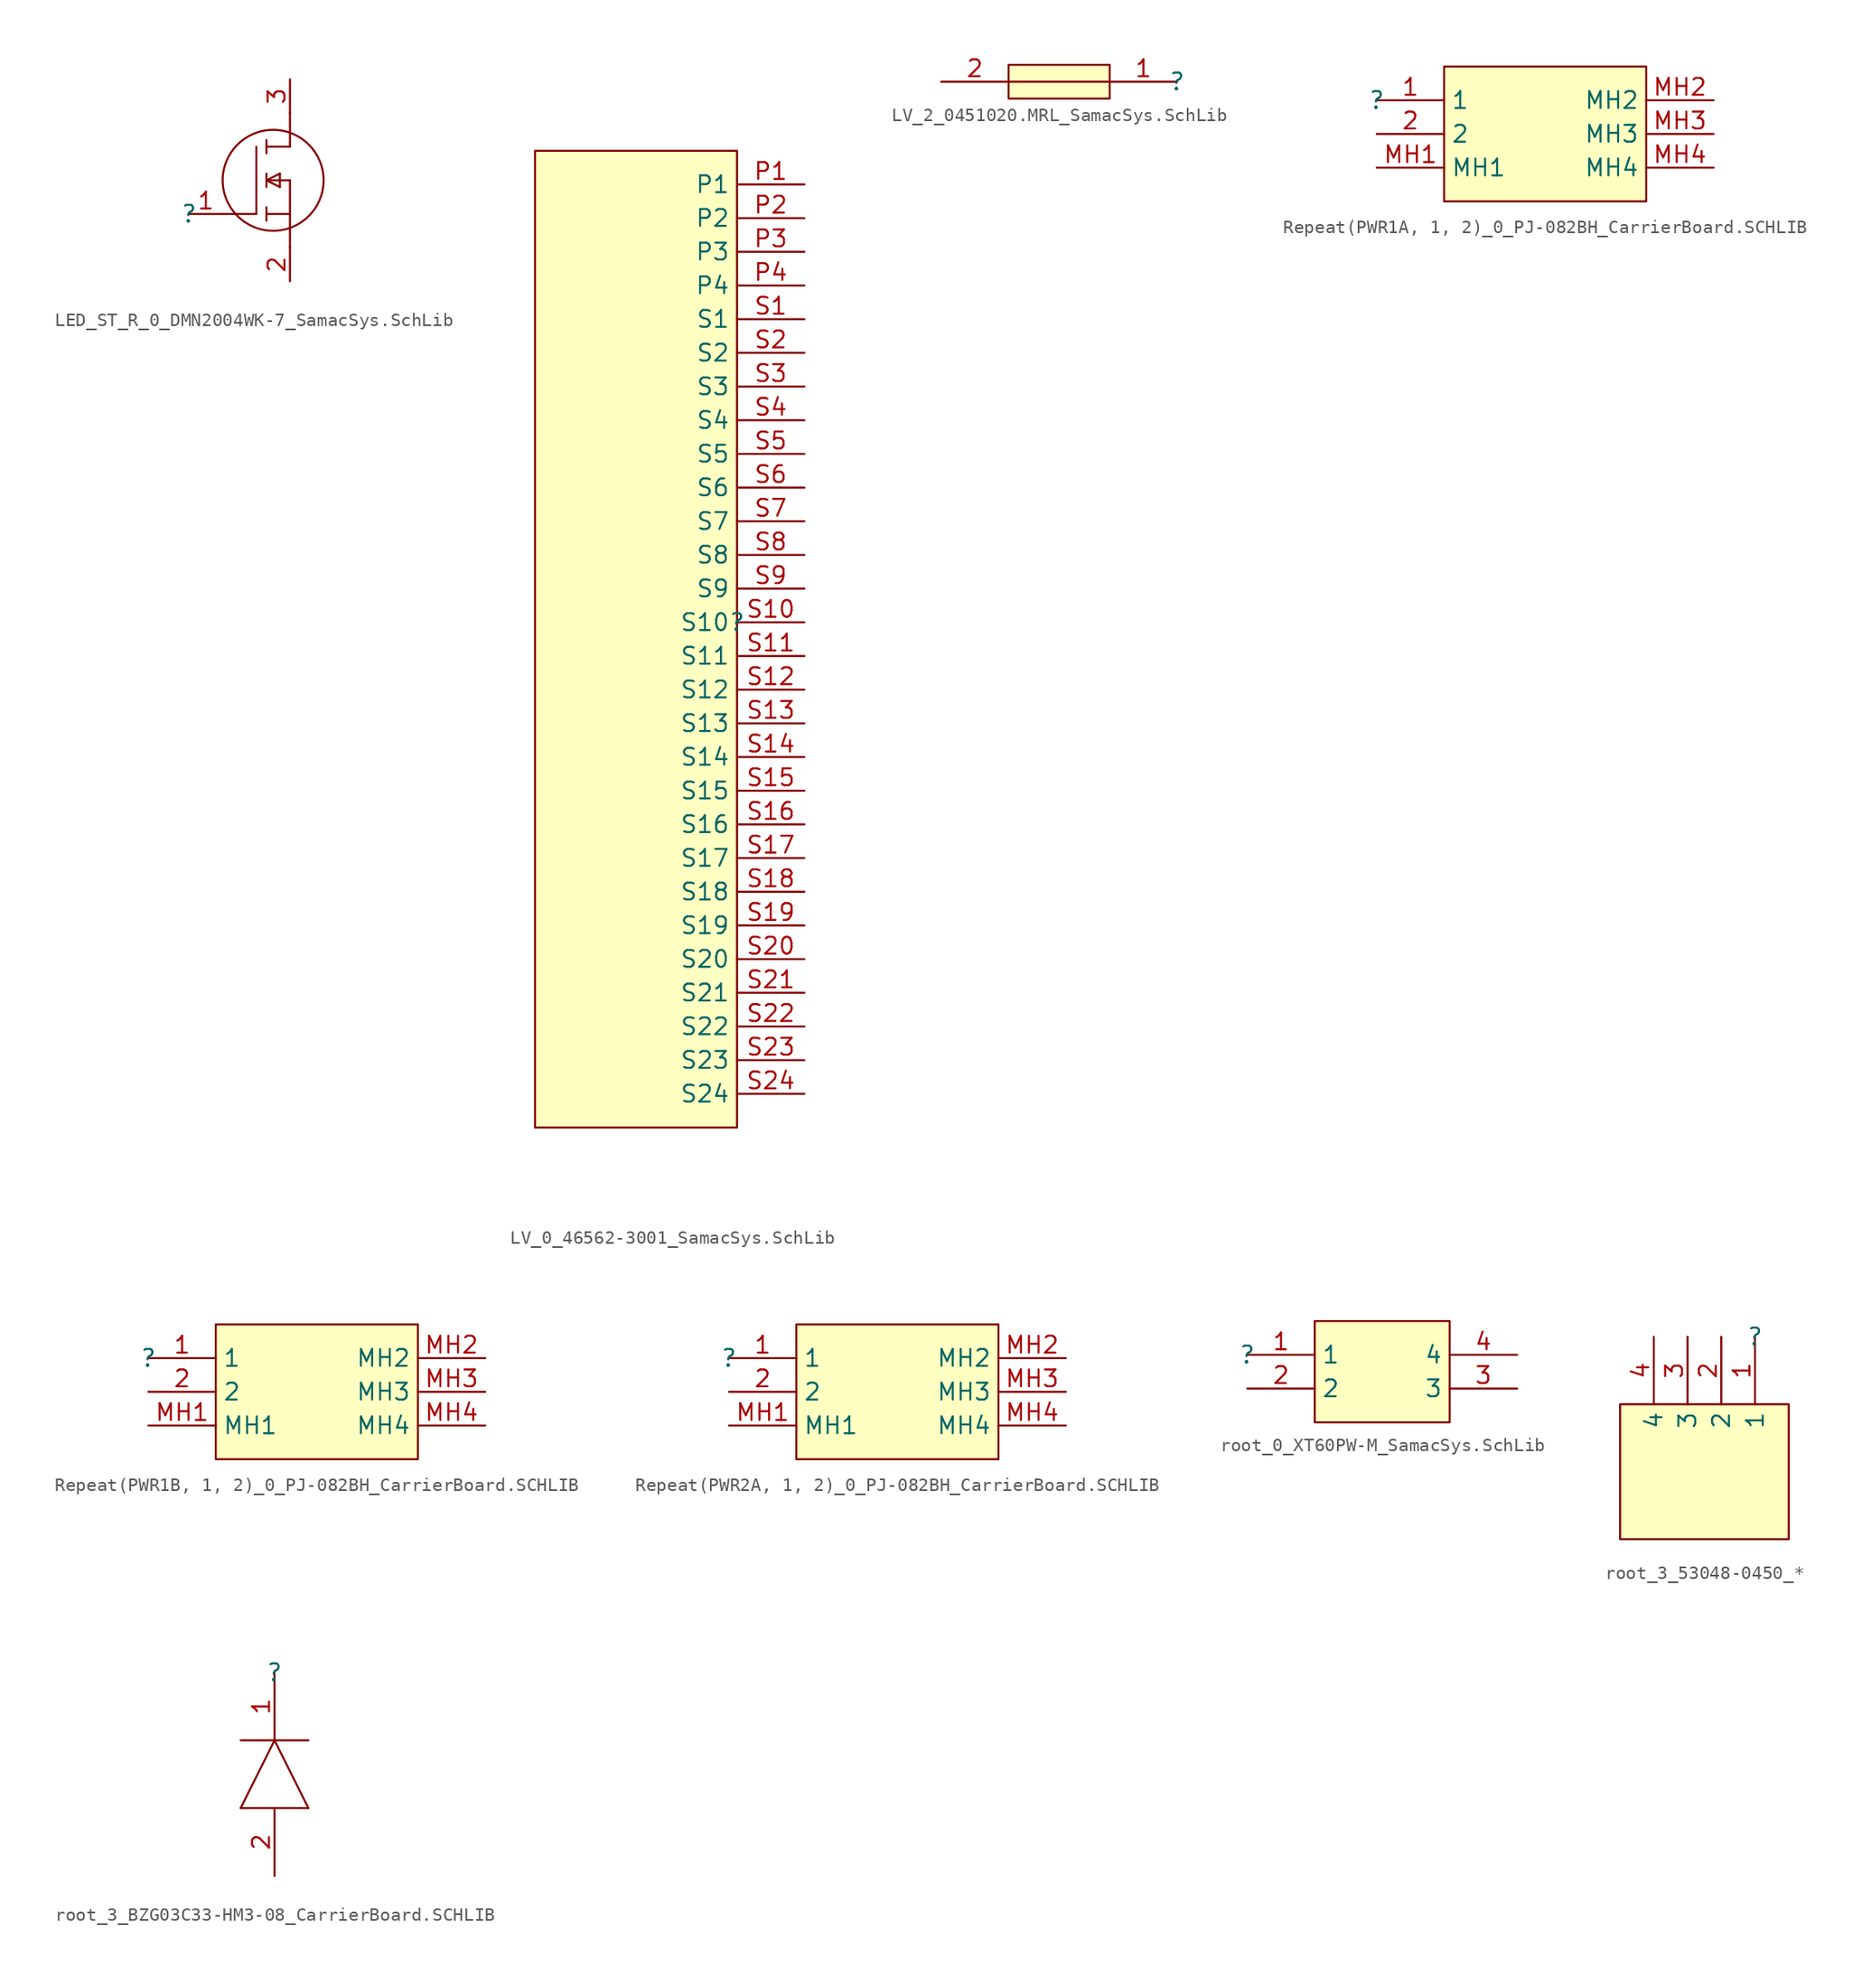
<source format=kicad_sym>
(kicad_symbol_lib
  (version 20241209)
  (generator "kicad_symbol_editor")
  (generator_version "9.0")
  (symbol "LED_ST_R_0_DMN2004WK-7_SamacSys.SchLib"
    (pin_names
      (hide yes))
    (property "Reference" ""
      (at 0 0 0)
      (effects (font (size 1.27 1.27))))
    (property "Value" ""
      (at 0 0 0)
      (effects (font (size 1.27 1.27))))
    (symbol "LED_ST_R_0_DMN2004WK-7_SamacSys.SchLib_1_0"
      (polyline (pts (xy 2.54 0) (xy 5.08 0)) (stroke (width 0) (type solid)) (fill (type none)))
      (polyline (pts (xy 5.08 5.08) (xy 5.08 0)) (stroke (width 0) (type solid)) (fill (type none)))
      (polyline (pts (xy 5.842 5.588) (xy 5.842 4.572)) (stroke (width 0) (type solid)) (fill (type none)))
      (polyline (pts (xy 5.842 2.54) (xy 6.858 3.048)) (stroke (width 0) (type solid)) (fill (type none)))
      (polyline (pts (xy 5.842 2.032) (xy 5.842 3.048)) (stroke (width 0) (type solid)) (fill (type none)))
      (polyline (pts (xy 5.842 0) (xy 7.62 0)) (stroke (width 0) (type solid)) (fill (type none)))
      (polyline (pts (xy 5.842 -0.508) (xy 5.842 0.508)) (stroke (width 0) (type solid)) (fill (type none)))
      (circle (center 6.35 2.54) (radius 3.81) (stroke (width 0) (type solid)) (fill (type none)))
      (polyline (pts (xy 6.858 3.048) (xy 6.858 2.032)) (stroke (width 0) (type solid)) (fill (type none)))
      (polyline (pts (xy 6.858 2.032) (xy 5.842 2.54)) (stroke (width 0) (type solid)) (fill (type none)))
      (polyline (pts (xy 7.62 5.08) (xy 5.842 5.08)) (stroke (width 0) (type solid)) (fill (type none)))
      (polyline (pts (xy 7.62 5.08) (xy 7.62 7.62)) (stroke (width 0) (type solid)) (fill (type none)))
      (polyline (pts (xy 7.62 2.54) (xy 5.842 2.54)) (stroke (width 0) (type solid)) (fill (type none)))
      (polyline (pts (xy 7.62 2.54) (xy 7.62 -2.54)) (stroke (width 0) (type solid)) (fill (type none)))
      (pin passive line (at 0 0 0) (length 2.54) (name "G" (effects (font (size 1.27 1.27)))) (number "1" (effects (font (size 1.27 1.27)))))
      (pin passive line (at 7.62 10.16 270) (length 2.54) (name "D" (effects (font (size 1.27 1.27)))) (number "3" (effects (font (size 1.27 1.27)))))
      (pin passive line (at 7.62 -5.08 90) (length 2.54) (name "S" (effects (font (size 1.27 1.27)))) (number "2" (effects (font (size 1.27 1.27)))))))
  (symbol "LV_0_46562-3001_SamacSys.SchLib"
    (property "Reference" ""
      (at 0 0 0)
      (effects (font (size 1.27 1.27))))
    (property "Value" ""
      (at 0 0 0)
      (effects (font (size 1.27 1.27))))
    (symbol "LV_0_46562-3001_SamacSys.SchLib_1_0"
      (rectangle (start 0 35.56) (end -15.24 -38.1) (stroke (width 0) (type solid) (color 128 0 0 1)) (fill (type background)))
      (pin passive line (at 5.08 33.02 180) (length 5.08) (name "P1" (effects (font (size 1.27 1.27)))) (number "P1" (effects (font (size 1.27 1.27)))))
      (pin passive line (at 5.08 30.48 180) (length 5.08) (name "P2" (effects (font (size 1.27 1.27)))) (number "P2" (effects (font (size 1.27 1.27)))))
      (pin passive line (at 5.08 27.94 180) (length 5.08) (name "P3" (effects (font (size 1.27 1.27)))) (number "P3" (effects (font (size 1.27 1.27)))))
      (pin passive line (at 5.08 25.4 180) (length 5.08) (name "P4" (effects (font (size 1.27 1.27)))) (number "P4" (effects (font (size 1.27 1.27)))))
      (pin passive line (at 5.08 22.86 180) (length 5.08) (name "S1" (effects (font (size 1.27 1.27)))) (number "S1" (effects (font (size 1.27 1.27)))))
      (pin passive line (at 5.08 20.32 180) (length 5.08) (name "S2" (effects (font (size 1.27 1.27)))) (number "S2" (effects (font (size 1.27 1.27)))))
      (pin passive line (at 5.08 17.78 180) (length 5.08) (name "S3" (effects (font (size 1.27 1.27)))) (number "S3" (effects (font (size 1.27 1.27)))))
      (pin passive line (at 5.08 15.24 180) (length 5.08) (name "S4" (effects (font (size 1.27 1.27)))) (number "S4" (effects (font (size 1.27 1.27)))))
      (pin passive line (at 5.08 12.7 180) (length 5.08) (name "S5" (effects (font (size 1.27 1.27)))) (number "S5" (effects (font (size 1.27 1.27)))))
      (pin passive line (at 5.08 10.16 180) (length 5.08) (name "S6" (effects (font (size 1.27 1.27)))) (number "S6" (effects (font (size 1.27 1.27)))))
      (pin passive line (at 5.08 7.62 180) (length 5.08) (name "S7" (effects (font (size 1.27 1.27)))) (number "S7" (effects (font (size 1.27 1.27)))))
      (pin passive line (at 5.08 5.08 180) (length 5.08) (name "S8" (effects (font (size 1.27 1.27)))) (number "S8" (effects (font (size 1.27 1.27)))))
      (pin passive line (at 5.08 2.54 180) (length 5.08) (name "S9" (effects (font (size 1.27 1.27)))) (number "S9" (effects (font (size 1.27 1.27)))))
      (pin passive line (at 5.08 0 180) (length 5.08) (name "S10" (effects (font (size 1.27 1.27)))) (number "S10" (effects (font (size 1.27 1.27)))))
      (pin passive line (at 5.08 -2.54 180) (length 5.08) (name "S11" (effects (font (size 1.27 1.27)))) (number "S11" (effects (font (size 1.27 1.27)))))
      (pin passive line (at 5.08 -5.08 180) (length 5.08) (name "S12" (effects (font (size 1.27 1.27)))) (number "S12" (effects (font (size 1.27 1.27)))))
      (pin passive line (at 5.08 -7.62 180) (length 5.08) (name "S13" (effects (font (size 1.27 1.27)))) (number "S13" (effects (font (size 1.27 1.27)))))
      (pin passive line (at 5.08 -10.16 180) (length 5.08) (name "S14" (effects (font (size 1.27 1.27)))) (number "S14" (effects (font (size 1.27 1.27)))))
      (pin passive line (at 5.08 -12.7 180) (length 5.08) (name "S15" (effects (font (size 1.27 1.27)))) (number "S15" (effects (font (size 1.27 1.27)))))
      (pin passive line (at 5.08 -15.24 180) (length 5.08) (name "S16" (effects (font (size 1.27 1.27)))) (number "S16" (effects (font (size 1.27 1.27)))))
      (pin passive line (at 5.08 -17.78 180) (length 5.08) (name "S17" (effects (font (size 1.27 1.27)))) (number "S17" (effects (font (size 1.27 1.27)))))
      (pin passive line (at 5.08 -20.32 180) (length 5.08) (name "S18" (effects (font (size 1.27 1.27)))) (number "S18" (effects (font (size 1.27 1.27)))))
      (pin passive line (at 5.08 -22.86 180) (length 5.08) (name "S19" (effects (font (size 1.27 1.27)))) (number "S19" (effects (font (size 1.27 1.27)))))
      (pin passive line (at 5.08 -25.4 180) (length 5.08) (name "S20" (effects (font (size 1.27 1.27)))) (number "S20" (effects (font (size 1.27 1.27)))))
      (pin passive line (at 5.08 -27.94 180) (length 5.08) (name "S21" (effects (font (size 1.27 1.27)))) (number "S21" (effects (font (size 1.27 1.27)))))
      (pin passive line (at 5.08 -30.48 180) (length 5.08) (name "S22" (effects (font (size 1.27 1.27)))) (number "S22" (effects (font (size 1.27 1.27)))))
      (pin passive line (at 5.08 -33.02 180) (length 5.08) (name "S23" (effects (font (size 1.27 1.27)))) (number "S23" (effects (font (size 1.27 1.27)))))
      (pin passive line (at 5.08 -35.56 180) (length 5.08) (name "S24" (effects (font (size 1.27 1.27)))) (number "S24" (effects (font (size 1.27 1.27)))))))
  (symbol "LV_2_0451020.MRL_SamacSys.SchLib"
    (pin_names
      (hide yes))
    (property "Reference" ""
      (at 0 0 0)
      (effects (font (size 1.27 1.27))))
    (property "Value" ""
      (at 0 0 0)
      (effects (font (size 1.27 1.27))))
    (symbol "LV_2_0451020.MRL_SamacSys.SchLib_1_0"
      (rectangle (start -5.08 1.27) (end -12.7 -1.27) (stroke (width 0) (type solid) (color 128 0 0 1)) (fill (type background)))
      (polyline (pts (xy -5.08 0) (xy -12.7 0)) (stroke (width 0) (type solid)) (fill (type none)))
      (pin passive line (at -17.78 0 0) (length 5.08) (name "2" (effects (font (size 1.27 1.27)))) (number "2" (effects (font (size 1.27 1.27)))))
      (pin passive line (at 0 0 180) (length 5.08) (name "1" (effects (font (size 1.27 1.27)))) (number "1" (effects (font (size 1.27 1.27)))))))
  (symbol "Repeat(PWR1A, 1, 2)_0_PJ-082BH_CarrierBoard.SCHLIB"
    (property "Reference" ""
      (at 0 0 0)
      (effects (font (size 1.27 1.27))))
    (property "Value" ""
      (at 0 0 0)
      (effects (font (size 1.27 1.27))))
    (symbol "Repeat(PWR1A, 1, 2)_0_PJ-082BH_CarrierBoard.SCHLIB_1_0"
      (rectangle (start 20.32 2.54) (end 5.08 -7.62) (stroke (width 0) (type solid) (color 128 0 0 1)) (fill (type background)))
      (pin passive line (at 0 0 0) (length 5.08) (name "1" (effects (font (size 1.27 1.27)))) (number "1" (effects (font (size 1.27 1.27)))))
      (pin passive line (at 0 -2.54 0) (length 5.08) (name "2" (effects (font (size 1.27 1.27)))) (number "2" (effects (font (size 1.27 1.27)))))
      (pin passive line (at 0 -5.08 0) (length 5.08) (name "MH1" (effects (font (size 1.27 1.27)))) (number "MH1" (effects (font (size 1.27 1.27)))))
      (pin passive line (at 25.4 0 180) (length 5.08) (name "MH2" (effects (font (size 1.27 1.27)))) (number "MH2" (effects (font (size 1.27 1.27)))))
      (pin passive line (at 25.4 -2.54 180) (length 5.08) (name "MH3" (effects (font (size 1.27 1.27)))) (number "MH3" (effects (font (size 1.27 1.27)))))
      (pin passive line (at 25.4 -5.08 180) (length 5.08) (name "MH4" (effects (font (size 1.27 1.27)))) (number "MH4" (effects (font (size 1.27 1.27)))))))
  (symbol "Repeat(PWR1B, 1, 2)_0_PJ-082BH_CarrierBoard.SCHLIB"
    (property "Reference" ""
      (at 0 0 0)
      (effects (font (size 1.27 1.27))))
    (property "Value" ""
      (at 0 0 0)
      (effects (font (size 1.27 1.27))))
    (symbol "Repeat(PWR1B, 1, 2)_0_PJ-082BH_CarrierBoard.SCHLIB_1_0"
      (rectangle (start 20.32 2.54) (end 5.08 -7.62) (stroke (width 0) (type solid) (color 128 0 0 1)) (fill (type background)))
      (pin passive line (at 0 0 0) (length 5.08) (name "1" (effects (font (size 1.27 1.27)))) (number "1" (effects (font (size 1.27 1.27)))))
      (pin passive line (at 0 -2.54 0) (length 5.08) (name "2" (effects (font (size 1.27 1.27)))) (number "2" (effects (font (size 1.27 1.27)))))
      (pin passive line (at 0 -5.08 0) (length 5.08) (name "MH1" (effects (font (size 1.27 1.27)))) (number "MH1" (effects (font (size 1.27 1.27)))))
      (pin passive line (at 25.4 0 180) (length 5.08) (name "MH2" (effects (font (size 1.27 1.27)))) (number "MH2" (effects (font (size 1.27 1.27)))))
      (pin passive line (at 25.4 -2.54 180) (length 5.08) (name "MH3" (effects (font (size 1.27 1.27)))) (number "MH3" (effects (font (size 1.27 1.27)))))
      (pin passive line (at 25.4 -5.08 180) (length 5.08) (name "MH4" (effects (font (size 1.27 1.27)))) (number "MH4" (effects (font (size 1.27 1.27)))))))
  (symbol "Repeat(PWR2A, 1, 2)_0_PJ-082BH_CarrierBoard.SCHLIB"
    (property "Reference" ""
      (at 0 0 0)
      (effects (font (size 1.27 1.27))))
    (property "Value" ""
      (at 0 0 0)
      (effects (font (size 1.27 1.27))))
    (symbol "Repeat(PWR2A, 1, 2)_0_PJ-082BH_CarrierBoard.SCHLIB_1_0"
      (rectangle (start 20.32 2.54) (end 5.08 -7.62) (stroke (width 0) (type solid) (color 128 0 0 1)) (fill (type background)))
      (pin passive line (at 0 0 0) (length 5.08) (name "1" (effects (font (size 1.27 1.27)))) (number "1" (effects (font (size 1.27 1.27)))))
      (pin passive line (at 0 -2.54 0) (length 5.08) (name "2" (effects (font (size 1.27 1.27)))) (number "2" (effects (font (size 1.27 1.27)))))
      (pin passive line (at 0 -5.08 0) (length 5.08) (name "MH1" (effects (font (size 1.27 1.27)))) (number "MH1" (effects (font (size 1.27 1.27)))))
      (pin passive line (at 25.4 0 180) (length 5.08) (name "MH2" (effects (font (size 1.27 1.27)))) (number "MH2" (effects (font (size 1.27 1.27)))))
      (pin passive line (at 25.4 -2.54 180) (length 5.08) (name "MH3" (effects (font (size 1.27 1.27)))) (number "MH3" (effects (font (size 1.27 1.27)))))
      (pin passive line (at 25.4 -5.08 180) (length 5.08) (name "MH4" (effects (font (size 1.27 1.27)))) (number "MH4" (effects (font (size 1.27 1.27)))))))
  (symbol "root_0_XT60PW-M_SamacSys.SchLib"
    (property "Reference" ""
      (at 0 0 0)
      (effects (font (size 1.27 1.27))))
    (property "Value" ""
      (at 0 0 0)
      (effects (font (size 1.27 1.27))))
    (symbol "root_0_XT60PW-M_SamacSys.SchLib_1_0"
      (rectangle (start 15.24 2.54) (end 5.08 -5.08) (stroke (width 0) (type solid) (color 128 0 0 1)) (fill (type background)))
      (pin passive line (at 0 0 0) (length 5.08) (name "1" (effects (font (size 1.27 1.27)))) (number "1" (effects (font (size 1.27 1.27)))))
      (pin passive line (at 0 -2.54 0) (length 5.08) (name "2" (effects (font (size 1.27 1.27)))) (number "2" (effects (font (size 1.27 1.27)))))
      (pin passive line (at 20.32 0 180) (length 5.08) (name "4" (effects (font (size 1.27 1.27)))) (number "4" (effects (font (size 1.27 1.27)))))
      (pin passive line (at 20.32 -2.54 180) (length 5.08) (name "3" (effects (font (size 1.27 1.27)))) (number "3" (effects (font (size 1.27 1.27)))))))
  (symbol "root_3_53048-0450_*"
    (property "Reference" ""
      (at 0 0 0)
      (effects (font (size 1.27 1.27))))
    (property "Value" ""
      (at 0 0 0)
      (effects (font (size 1.27 1.27))))
    (symbol "root_3_53048-0450_*_1_0"
      (rectangle (start 2.54 -5.08) (end -10.16 -15.24) (stroke (width 0) (type solid) (color 128 0 0 1)) (fill (type background)))
      (pin passive line (at -7.62 0 270) (length 5.08) (name "4" (effects (font (size 1.27 1.27)))) (number "4" (effects (font (size 1.27 1.27)))))
      (pin passive line (at -5.08 0 270) (length 5.08) (name "3" (effects (font (size 1.27 1.27)))) (number "3" (effects (font (size 1.27 1.27)))))
      (pin passive line (at -2.54 0 270) (length 5.08) (name "2" (effects (font (size 1.27 1.27)))) (number "2" (effects (font (size 1.27 1.27)))))
      (pin passive line (at 0 0 270) (length 5.08) (name "1" (effects (font (size 1.27 1.27)))) (number "1" (effects (font (size 1.27 1.27)))))))
  (symbol "root_3_BZG03C33-HM3-08_CarrierBoard.SCHLIB"
    (pin_names
      (hide yes))
    (property "Reference" ""
      (at 0 0 0)
      (effects (font (size 1.27 1.27))))
    (property "Value" ""
      (at 0 0 0)
      (effects (font (size 1.27 1.27))))
    (symbol "root_3_BZG03C33-HM3-08_CarrierBoard.SCHLIB_1_0"
      (polyline (pts (xy -2.54 -10.16) (xy 0 -5.08)) (stroke (width 0) (type solid)) (fill (type none)))
      (polyline (pts (xy 0 -5.08) (xy 2.54 -10.16)) (stroke (width 0) (type solid)) (fill (type none)))
      (polyline (pts (xy 2.54 -5.08) (xy -2.54 -5.08)) (stroke (width 0) (type solid)) (fill (type none)))
      (polyline (pts (xy 2.54 -10.16) (xy -2.54 -10.16)) (stroke (width 0) (type solid)) (fill (type none)))
      (pin passive line (at 0 0 270) (length 5.08) (name "K" (effects (font (size 1.27 1.27)))) (number "1" (effects (font (size 1.27 1.27)))))
      (pin passive line (at 0 -15.24 90) (length 5.08) (name "A" (effects (font (size 1.27 1.27)))) (number "2" (effects (font (size 1.27 1.27))))))))
</source>
